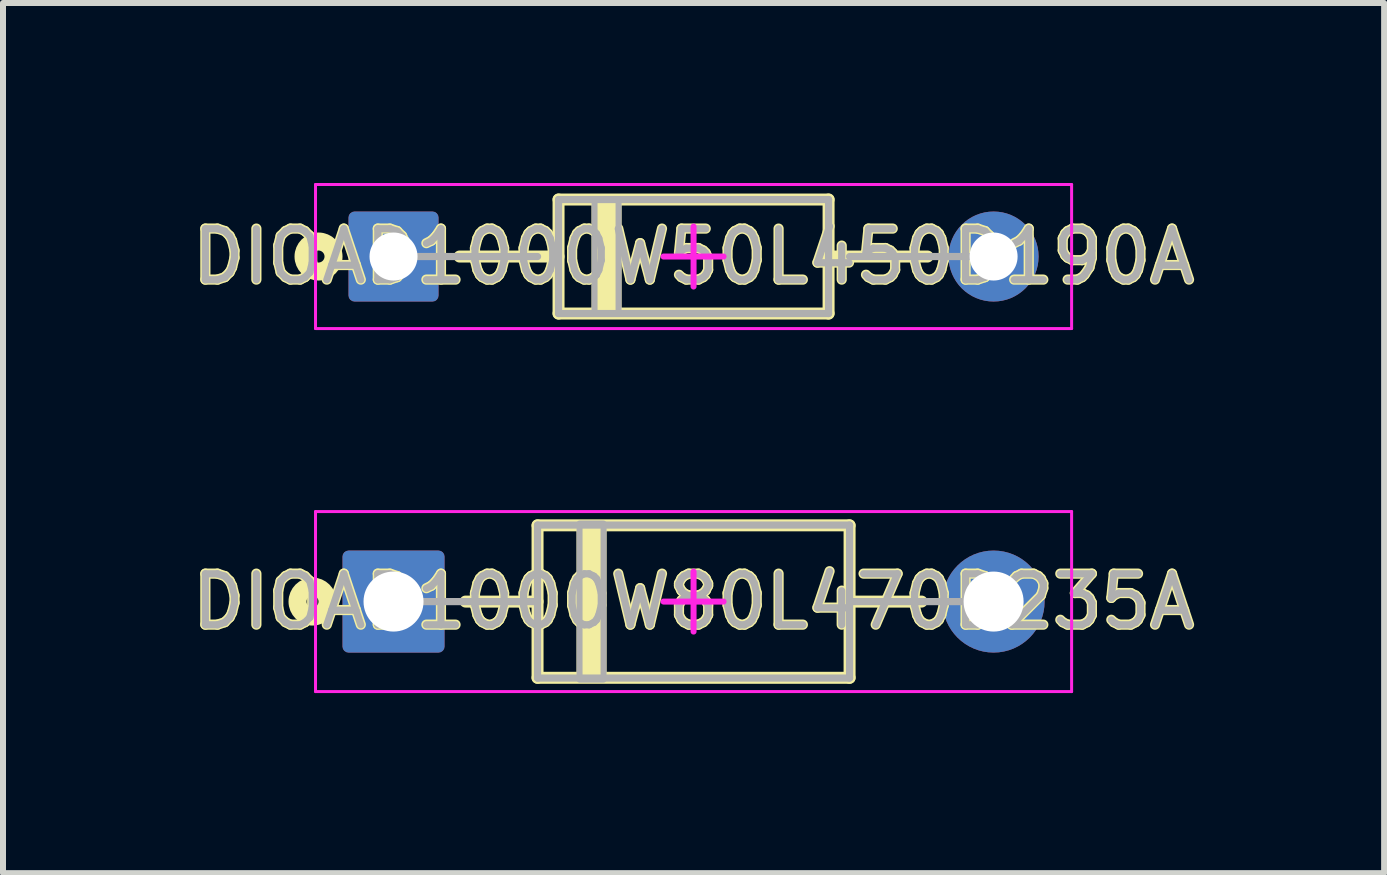
<source format=kicad_pcb>
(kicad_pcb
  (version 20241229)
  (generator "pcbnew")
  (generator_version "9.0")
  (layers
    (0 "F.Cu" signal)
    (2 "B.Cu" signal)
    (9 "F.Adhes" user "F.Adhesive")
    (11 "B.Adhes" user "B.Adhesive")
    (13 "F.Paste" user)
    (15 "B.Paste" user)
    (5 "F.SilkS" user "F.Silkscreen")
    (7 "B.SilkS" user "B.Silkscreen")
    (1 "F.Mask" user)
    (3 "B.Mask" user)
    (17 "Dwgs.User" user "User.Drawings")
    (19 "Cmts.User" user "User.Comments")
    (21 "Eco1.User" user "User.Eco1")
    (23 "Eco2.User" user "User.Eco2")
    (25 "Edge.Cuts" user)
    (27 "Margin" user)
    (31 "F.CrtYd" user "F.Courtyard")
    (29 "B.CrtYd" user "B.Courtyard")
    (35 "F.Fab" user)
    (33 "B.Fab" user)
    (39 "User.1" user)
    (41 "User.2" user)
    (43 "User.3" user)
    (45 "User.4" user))
  (footprint "DIOAD1000W50L450D190A"
    (layer "F.Cu")
    (at 8.508 1.225)
    (property "Reference" "DIOAD1000W50L450D190A" (at 0 0 0) (layer "F.SilkS") (effects (font (size 0.85 0.85) (thickness 0.17))))
    (attr through_hole)
    (fp_line (start -2.25 -0.95) (end -2.25 0.95) (stroke (width 0.2) (type solid)) (layer "F.SilkS"))
    (fp_line (start -2.25 -0.95) (end 2.25 -0.95) (stroke (width 0.2) (type solid)) (layer "F.SilkS"))
    (fp_line (start -2.25 0) (end -3.9 0) (stroke (width 0.2) (type solid)) (layer "F.SilkS"))
    (fp_line (start 2.25 -0.95) (end 2.25 0.95) (stroke (width 0.2) (type solid)) (layer "F.SilkS"))
    (fp_line (start 2.25 0) (end 3.9 0) (stroke (width 0.2) (type solid)) (layer "F.SilkS"))
    (fp_line (start 2.25 0.95) (end -2.25 0.95) (stroke (width 0.2) (type solid)) (layer "F.SilkS"))
    (fp_circle (center -6.25 0) (end -6.15 0) (stroke (width 0.3) (type solid)) (fill no) (layer "F.SilkS"))
    (fp_poly (pts (xy -1.25 0.95) (xy -1.65 0.95) (xy -1.65 -0.95) (xy -1.25 -0.95)) (stroke (width 0.1) (type solid)) (fill yes) (layer "F.SilkS"))
    (fp_line (start -6.3 -1.2) (end -6.3 1.2) (stroke (width 0.05) (type solid)) (layer "F.CrtYd"))
    (fp_line (start -6.3 1.2) (end 6.3 1.2) (stroke (width 0.05) (type solid)) (layer "F.CrtYd"))
    (fp_line (start 0 -0.5) (end 0 0.5) (stroke (width 0.1) (type solid)) (layer "F.CrtYd"))
    (fp_line (start 0.5 0) (end -0.5 0) (stroke (width 0.1) (type solid)) (layer "F.CrtYd"))
    (fp_line (start 6.3 -1.2) (end -6.3 -1.2) (stroke (width 0.05) (type solid)) (layer "F.CrtYd"))
    (fp_line (start 6.3 1.2) (end 6.3 -1.2) (stroke (width 0.05) (type solid)) (layer "F.CrtYd"))
    (fp_line (start -5 0) (end -2.6 0) (stroke (width 0.12) (type solid)) (layer "F.Fab"))
    (fp_line (start -2.25 -0.95) (end 2.25 -0.95) (stroke (width 0.12) (type solid)) (layer "F.Fab"))
    (fp_line (start -2.25 0.95) (end -2.25 -0.95) (stroke (width 0.12) (type solid)) (layer "F.Fab"))
    (fp_line (start 2.25 -0.95) (end 2.25 0.95) (stroke (width 0.12) (type solid)) (layer "F.Fab"))
    (fp_line (start 2.25 0.95) (end -2.25 0.95) (stroke (width 0.12) (type solid)) (layer "F.Fab"))
    (fp_line (start 4.95 0) (end 2.6 0) (stroke (width 0.12) (type solid)) (layer "F.Fab"))
    (fp_poly (pts (xy -1.25 0.95) (xy -1.65 0.95) (xy -1.65 -0.95) (xy -1.25 -0.95)) (stroke (width 0.1) (type solid)) (fill no) (layer "F.Fab"))
    (fp_text user "${REFERENCE}" (at 0 0 0) (layer "F.Fab") (effects (font (size 0.85 0.85) (thickness 0.12))))
    (pad "1" thru_hole roundrect (at -5 0) (size 1.5 1.5) (drill 0.8) (layers "*.Cu" "*.Mask") (roundrect_rratio 0.067))
    (pad "2" thru_hole circle (at 5 0) (size 1.5 1.5) (drill 0.8) (layers "*.Cu" "*.Mask")))
  (footprint "DIOAD1000W80L470D235A"
    (layer "F.Cu")
    (at 8.508 6.975)
    (property "Reference" "DIOAD1000W80L470D235A" (at 0 0 0) (layer "F.SilkS") (effects (font (size 0.85 0.85) (thickness 0.17))))
    (attr through_hole)
    (fp_line (start -2.6 -1.27) (end -2.6 1.27) (stroke (width 0.2) (type solid)) (layer "F.SilkS"))
    (fp_line (start -2.6 -1.27) (end 2.6 -1.27) (stroke (width 0.2) (type solid)) (layer "F.SilkS"))
    (fp_line (start -2.6 0) (end -3.8 0) (stroke (width 0.2) (type solid)) (layer "F.SilkS"))
    (fp_line (start 2.6 -1.27) (end 2.6 1.27) (stroke (width 0.2) (type solid)) (layer "F.SilkS"))
    (fp_line (start 2.6 0) (end 3.8 0) (stroke (width 0.2) (type solid)) (layer "F.SilkS"))
    (fp_line (start 2.6 1.27) (end -2.6 1.27) (stroke (width 0.2) (type solid)) (layer "F.SilkS"))
    (fp_circle (center -6.35 0) (end -6.25 0) (stroke (width 0.3) (type solid)) (fill no) (layer "F.SilkS"))
    (fp_poly (pts (xy -1.5 1.3) (xy -1.9 1.3) (xy -1.9 -1.3) (xy -1.5 -1.3)) (stroke (width 0.1) (type solid)) (fill yes) (layer "F.SilkS"))
    (fp_line (start -6.3 -1.5) (end -6.3 1.5) (stroke (width 0.05) (type solid)) (layer "F.CrtYd"))
    (fp_line (start -6.3 1.5) (end 6.3 1.5) (stroke (width 0.05) (type solid)) (layer "F.CrtYd"))
    (fp_line (start 0 -0.5) (end 0 0.5) (stroke (width 0.1) (type solid)) (layer "F.CrtYd"))
    (fp_line (start 0.5 0) (end -0.5 0) (stroke (width 0.1) (type solid)) (layer "F.CrtYd"))
    (fp_line (start 6.3 -1.5) (end -6.3 -1.5) (stroke (width 0.05) (type solid)) (layer "F.CrtYd"))
    (fp_line (start 6.3 1.5) (end 6.3 -1.5) (stroke (width 0.05) (type solid)) (layer "F.CrtYd"))
    (fp_line (start -5 0) (end -2.6 0) (stroke (width 0.12) (type solid)) (layer "F.Fab"))
    (fp_line (start -2.6 -1.275) (end 2.6 -1.275) (stroke (width 0.12) (type solid)) (layer "F.Fab"))
    (fp_line (start -2.6 1.275) (end -2.6 -1.275) (stroke (width 0.12) (type solid)) (layer "F.Fab"))
    (fp_line (start 2.6 -1.275) (end 2.6 1.275) (stroke (width 0.12) (type solid)) (layer "F.Fab"))
    (fp_line (start 2.6 1.275) (end -2.6 1.275) (stroke (width 0.12) (type solid)) (layer "F.Fab"))
    (fp_line (start 4.95 0) (end 2.6 0) (stroke (width 0.12) (type solid)) (layer "F.Fab"))
    (fp_poly (pts (xy -1.5 1.3) (xy -1.9 1.3) (xy -1.9 -1.3) (xy -1.5 -1.3)) (stroke (width 0.1) (type solid)) (fill no) (layer "F.Fab"))
    (fp_text user "${REFERENCE}" (at 0 0 0) (layer "F.Fab") (effects (font (size 0.85 0.85) (thickness 0.12))))
    (pad "1" thru_hole roundrect (at -5 0) (size 1.7 1.7) (drill 1) (layers "*.Cu" "*.Mask") (roundrect_rratio 0.059))
    (pad "2" thru_hole circle (at 5 0) (size 1.7 1.7) (drill 1) (layers "*.Cu" "*.Mask")))
  (gr_rect
    (start -3 -3)
    (end 20.016 11.5)
    (stroke (width 0.1) (type default))
    (fill no)
    (layer "Edge.Cuts")))
</source>
